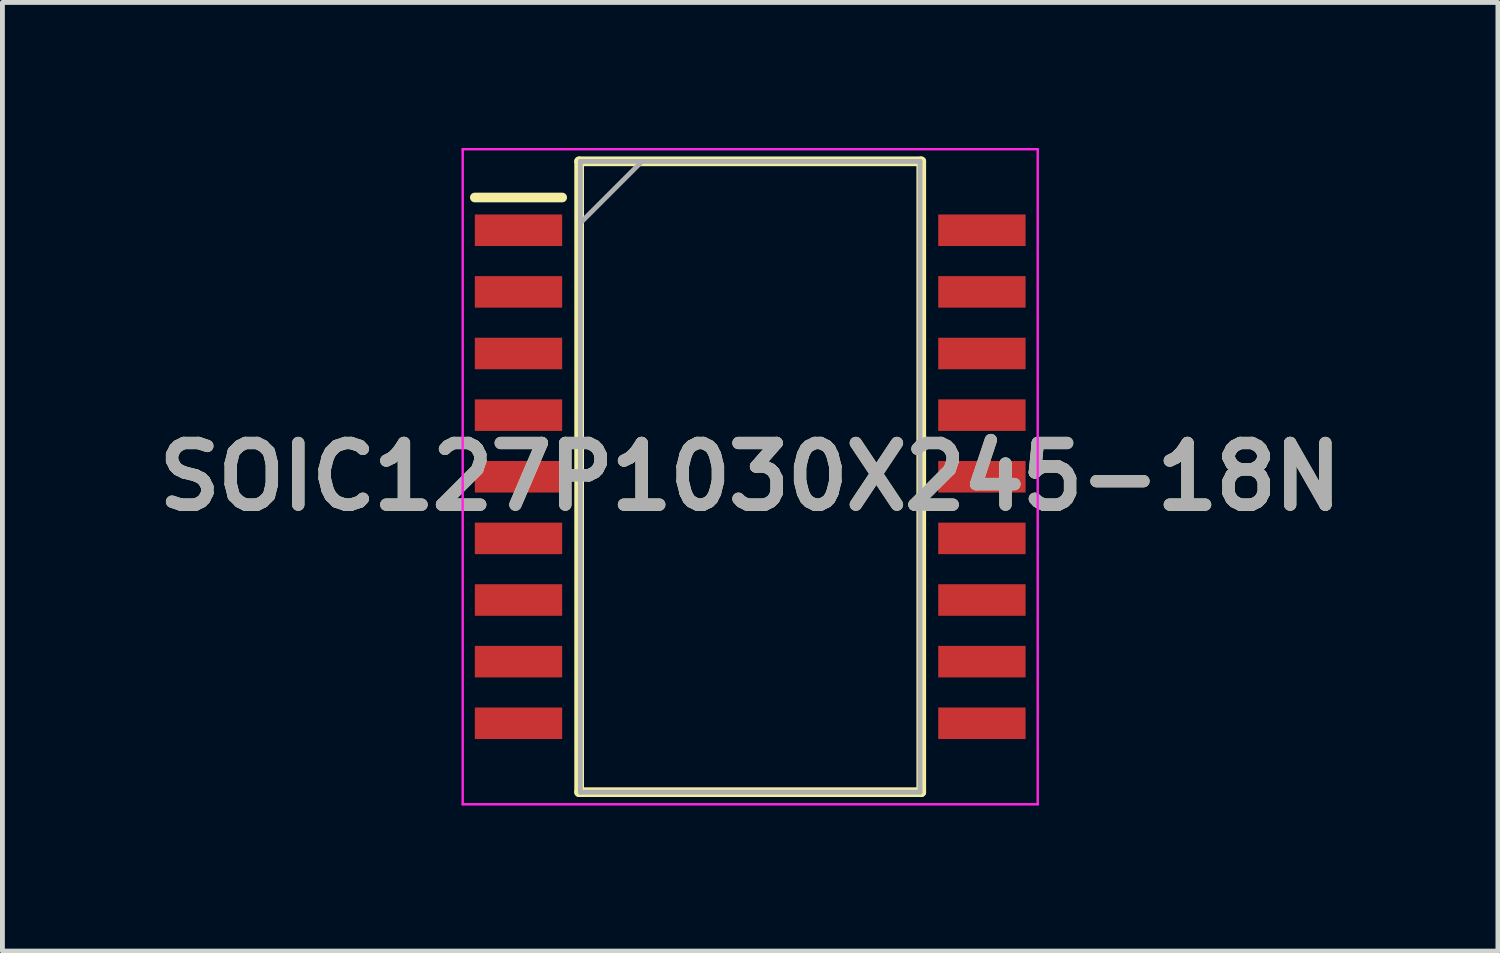
<source format=kicad_pcb>
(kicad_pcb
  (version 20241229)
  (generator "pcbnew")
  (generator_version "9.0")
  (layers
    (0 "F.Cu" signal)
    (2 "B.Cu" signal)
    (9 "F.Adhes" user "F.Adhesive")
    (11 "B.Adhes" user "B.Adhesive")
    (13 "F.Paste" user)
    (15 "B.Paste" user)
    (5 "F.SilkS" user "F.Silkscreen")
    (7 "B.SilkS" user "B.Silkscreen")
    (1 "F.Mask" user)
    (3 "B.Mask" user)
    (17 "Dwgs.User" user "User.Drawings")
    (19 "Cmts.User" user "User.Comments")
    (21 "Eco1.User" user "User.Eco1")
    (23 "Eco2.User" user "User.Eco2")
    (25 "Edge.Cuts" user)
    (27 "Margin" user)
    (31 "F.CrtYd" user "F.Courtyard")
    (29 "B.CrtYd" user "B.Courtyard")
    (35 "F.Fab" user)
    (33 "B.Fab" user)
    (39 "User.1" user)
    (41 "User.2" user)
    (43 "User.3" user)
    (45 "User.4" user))
  (footprint "SOIC127P1030X245-18N"
    (layer "F.Cu")
    (at 12.41 6.775)
    (property "Reference" "SOIC127P1030X245-18N" (at 0 0 0) (layer "F.SilkS") (effects (font (size 1.27 1.27) (thickness 0.254))))
    (attr smd)
    (fp_line (start -5.675 -5.755) (end -3.875 -5.755) (stroke (width 0.2) (type solid)) (layer "F.SilkS"))
    (fp_line (start -3.525 -6.5) (end 3.525 -6.5) (stroke (width 0.2) (type solid)) (layer "F.SilkS"))
    (fp_line (start -3.525 6.5) (end -3.525 -6.5) (stroke (width 0.2) (type solid)) (layer "F.SilkS"))
    (fp_line (start 3.525 -6.5) (end 3.525 6.5) (stroke (width 0.2) (type solid)) (layer "F.SilkS"))
    (fp_line (start 3.525 6.5) (end -3.525 6.5) (stroke (width 0.2) (type solid)) (layer "F.SilkS"))
    (fp_line (start -5.925 -6.75) (end 5.925 -6.75) (stroke (width 0.05) (type solid)) (layer "F.CrtYd"))
    (fp_line (start -5.925 6.75) (end -5.925 -6.75) (stroke (width 0.05) (type solid)) (layer "F.CrtYd"))
    (fp_line (start 5.925 -6.75) (end 5.925 6.75) (stroke (width 0.05) (type solid)) (layer "F.CrtYd"))
    (fp_line (start 5.925 6.75) (end -5.925 6.75) (stroke (width 0.05) (type solid)) (layer "F.CrtYd"))
    (fp_line (start -3.5 -6.5) (end 3.5 -6.5) (stroke (width 0.1) (type solid)) (layer "F.Fab"))
    (fp_line (start -3.5 -5.23) (end -2.23 -6.5) (stroke (width 0.1) (type solid)) (layer "F.Fab"))
    (fp_line (start -3.5 6.5) (end -3.5 -6.5) (stroke (width 0.1) (type solid)) (layer "F.Fab"))
    (fp_line (start 3.5 -6.5) (end 3.5 6.5) (stroke (width 0.1) (type solid)) (layer "F.Fab"))
    (fp_line (start 3.5 6.5) (end -3.5 6.5) (stroke (width 0.1) (type solid)) (layer "F.Fab"))
    (fp_text user "${REFERENCE}" (at 0 0 0) (layer "F.Fab") (effects (font (size 1.27 1.27) (thickness 0.254))))
    (pad "1" smd rect (at -4.775 -5.08 90) (size 0.65 1.8) (layers "F.Cu" "F.Mask" "F.Paste"))
    (pad "2" smd rect (at -4.775 -3.81 90) (size 0.65 1.8) (layers "F.Cu" "F.Mask" "F.Paste"))
    (pad "3" smd rect (at -4.775 -2.54 90) (size 0.65 1.8) (layers "F.Cu" "F.Mask" "F.Paste"))
    (pad "4" smd rect (at -4.775 -1.27 90) (size 0.65 1.8) (layers "F.Cu" "F.Mask" "F.Paste"))
    (pad "5" smd rect (at -4.775 0 90) (size 0.65 1.8) (layers "F.Cu" "F.Mask" "F.Paste"))
    (pad "6" smd rect (at -4.775 1.27 90) (size 0.65 1.8) (layers "F.Cu" "F.Mask" "F.Paste"))
    (pad "7" smd rect (at -4.775 2.54 90) (size 0.65 1.8) (layers "F.Cu" "F.Mask" "F.Paste"))
    (pad "8" smd rect (at -4.775 3.81 90) (size 0.65 1.8) (layers "F.Cu" "F.Mask" "F.Paste"))
    (pad "9" smd rect (at -4.775 5.08 90) (size 0.65 1.8) (layers "F.Cu" "F.Mask" "F.Paste"))
    (pad "10" smd rect (at 4.775 5.08 90) (size 0.65 1.8) (layers "F.Cu" "F.Mask" "F.Paste"))
    (pad "11" smd rect (at 4.775 3.81 90) (size 0.65 1.8) (layers "F.Cu" "F.Mask" "F.Paste"))
    (pad "12" smd rect (at 4.775 2.54 90) (size 0.65 1.8) (layers "F.Cu" "F.Mask" "F.Paste"))
    (pad "13" smd rect (at 4.775 1.27 90) (size 0.65 1.8) (layers "F.Cu" "F.Mask" "F.Paste"))
    (pad "14" smd rect (at 4.775 0 90) (size 0.65 1.8) (layers "F.Cu" "F.Mask" "F.Paste"))
    (pad "15" smd rect (at 4.775 -1.27 90) (size 0.65 1.8) (layers "F.Cu" "F.Mask" "F.Paste"))
    (pad "16" smd rect (at 4.775 -2.54 90) (size 0.65 1.8) (layers "F.Cu" "F.Mask" "F.Paste"))
    (pad "17" smd rect (at 4.775 -3.81 90) (size 0.65 1.8) (layers "F.Cu" "F.Mask" "F.Paste"))
    (pad "18" smd rect (at 4.775 -5.08 90) (size 0.65 1.8) (layers "F.Cu" "F.Mask" "F.Paste")))
  (gr_rect
    (start -3 -3)
    (end 27.819 16.55)
    (stroke (width 0.1) (type default))
    (fill no)
    (layer "Edge.Cuts")))
</source>
